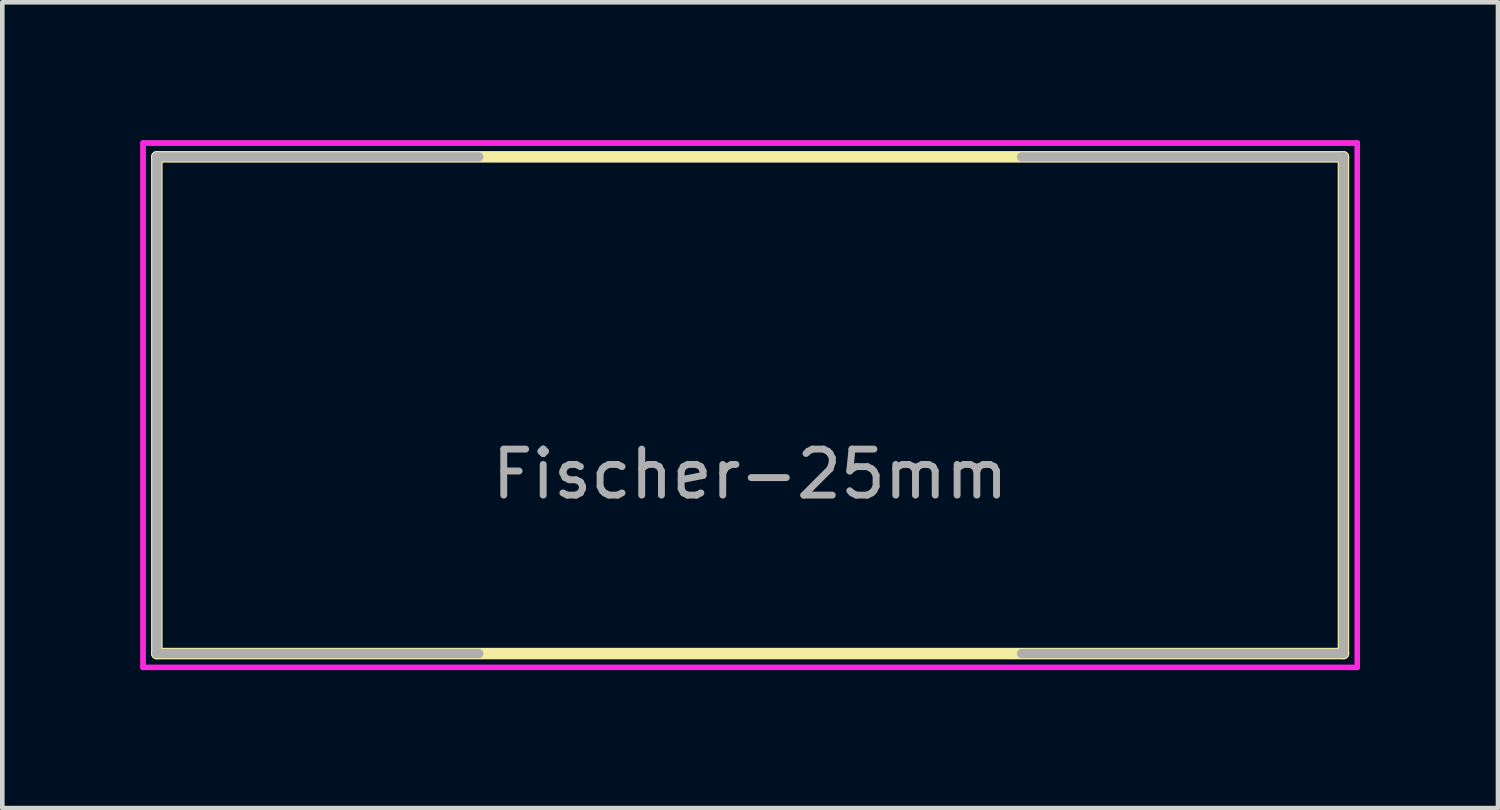
<source format=kicad_pcb>
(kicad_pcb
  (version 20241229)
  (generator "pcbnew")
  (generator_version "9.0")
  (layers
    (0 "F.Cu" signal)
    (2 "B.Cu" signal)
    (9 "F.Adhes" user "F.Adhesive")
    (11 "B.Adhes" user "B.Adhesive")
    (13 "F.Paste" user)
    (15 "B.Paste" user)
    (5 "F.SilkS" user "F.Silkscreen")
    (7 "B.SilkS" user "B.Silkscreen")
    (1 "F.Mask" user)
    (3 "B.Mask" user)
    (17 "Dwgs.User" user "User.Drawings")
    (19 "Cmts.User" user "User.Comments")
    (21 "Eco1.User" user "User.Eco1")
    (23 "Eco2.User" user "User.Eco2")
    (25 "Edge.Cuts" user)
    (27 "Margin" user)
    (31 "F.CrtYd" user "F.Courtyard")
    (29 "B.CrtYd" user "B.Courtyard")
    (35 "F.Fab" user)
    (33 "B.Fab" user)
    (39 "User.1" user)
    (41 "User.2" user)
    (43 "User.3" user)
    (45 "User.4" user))
  (footprint "Fischer-25mm"
    (layer "F.Cu")
    (at 13.26 5.76)
    (property "Reference" "Fischer-25mm" (at 0 1.5 0) (layer "F.Fab") (effects (font (size 1 1) (thickness 0.15))))
    (attr through_hole)
    (fp_line (start -13.2 -5.7) (end 13.2 -5.7) (stroke (width 0.1) (type solid)) (layer "F.SilkS"))
    (fp_line (start -13.2 5.7) (end -13.2 -5.7) (stroke (width 0.1) (type solid)) (layer "F.SilkS"))
    (fp_line (start -12.9 -5.4) (end 12.9 -5.4) (stroke (width 0.25) (type solid)) (layer "F.SilkS"))
    (fp_line (start -12.9 5.4) (end -12.9 -5.4) (stroke (width 0.25) (type solid)) (layer "F.SilkS"))
    (fp_line (start 12.9 -5.4) (end 12.9 5.4) (stroke (width 0.25) (type solid)) (layer "F.SilkS"))
    (fp_line (start 12.9 5.4) (end -12.9 5.4) (stroke (width 0.25) (type solid)) (layer "F.SilkS"))
    (fp_line (start 13.2 -5.7) (end 13.2 5.7) (stroke (width 0.1) (type solid)) (layer "F.SilkS"))
    (fp_line (start 13.2 5.7) (end -13.2 5.7) (stroke (width 0.1) (type solid)) (layer "F.SilkS"))
    (fp_line (start -13.2 -5.7) (end -13.2 5.7) (stroke (width 0.12) (type solid)) (layer "F.CrtYd"))
    (fp_line (start -13.2 5.7) (end 13.2 5.7) (stroke (width 0.12) (type solid)) (layer "F.CrtYd"))
    (fp_line (start 13.2 -5.7) (end -13.2 -5.7) (stroke (width 0.12) (type solid)) (layer "F.CrtYd"))
    (fp_line (start 13.2 5.7) (end 13.2 -5.7) (stroke (width 0.12) (type solid)) (layer "F.CrtYd"))
    (fp_line (start -12.9 -5.4) (end -12.9 5.4) (stroke (width 0.2) (type solid)) (layer "F.Fab"))
    (fp_line (start -12.9 -5.4) (end -5.9 -5.4) (stroke (width 0.2) (type solid)) (layer "F.Fab"))
    (fp_line (start -12.9 5.4) (end -5.9 5.4) (stroke (width 0.2) (type solid)) (layer "F.Fab"))
    (fp_line (start 5.9 -5.4) (end 12.9 -5.4) (stroke (width 0.2) (type solid)) (layer "F.Fab"))
    (fp_line (start 5.9 5.4) (end 12.9 5.4) (stroke (width 0.2) (type solid)) (layer "F.Fab"))
    (fp_line (start 12.9 -5.4) (end 12.9 5.4) (stroke (width 0.2) (type solid)) (layer "F.Fab")))
  (gr_rect
    (start -3 -3)
    (end 29.52 14.52)
    (stroke (width 0.1) (type default))
    (fill no)
    (layer "Edge.Cuts")))
</source>
